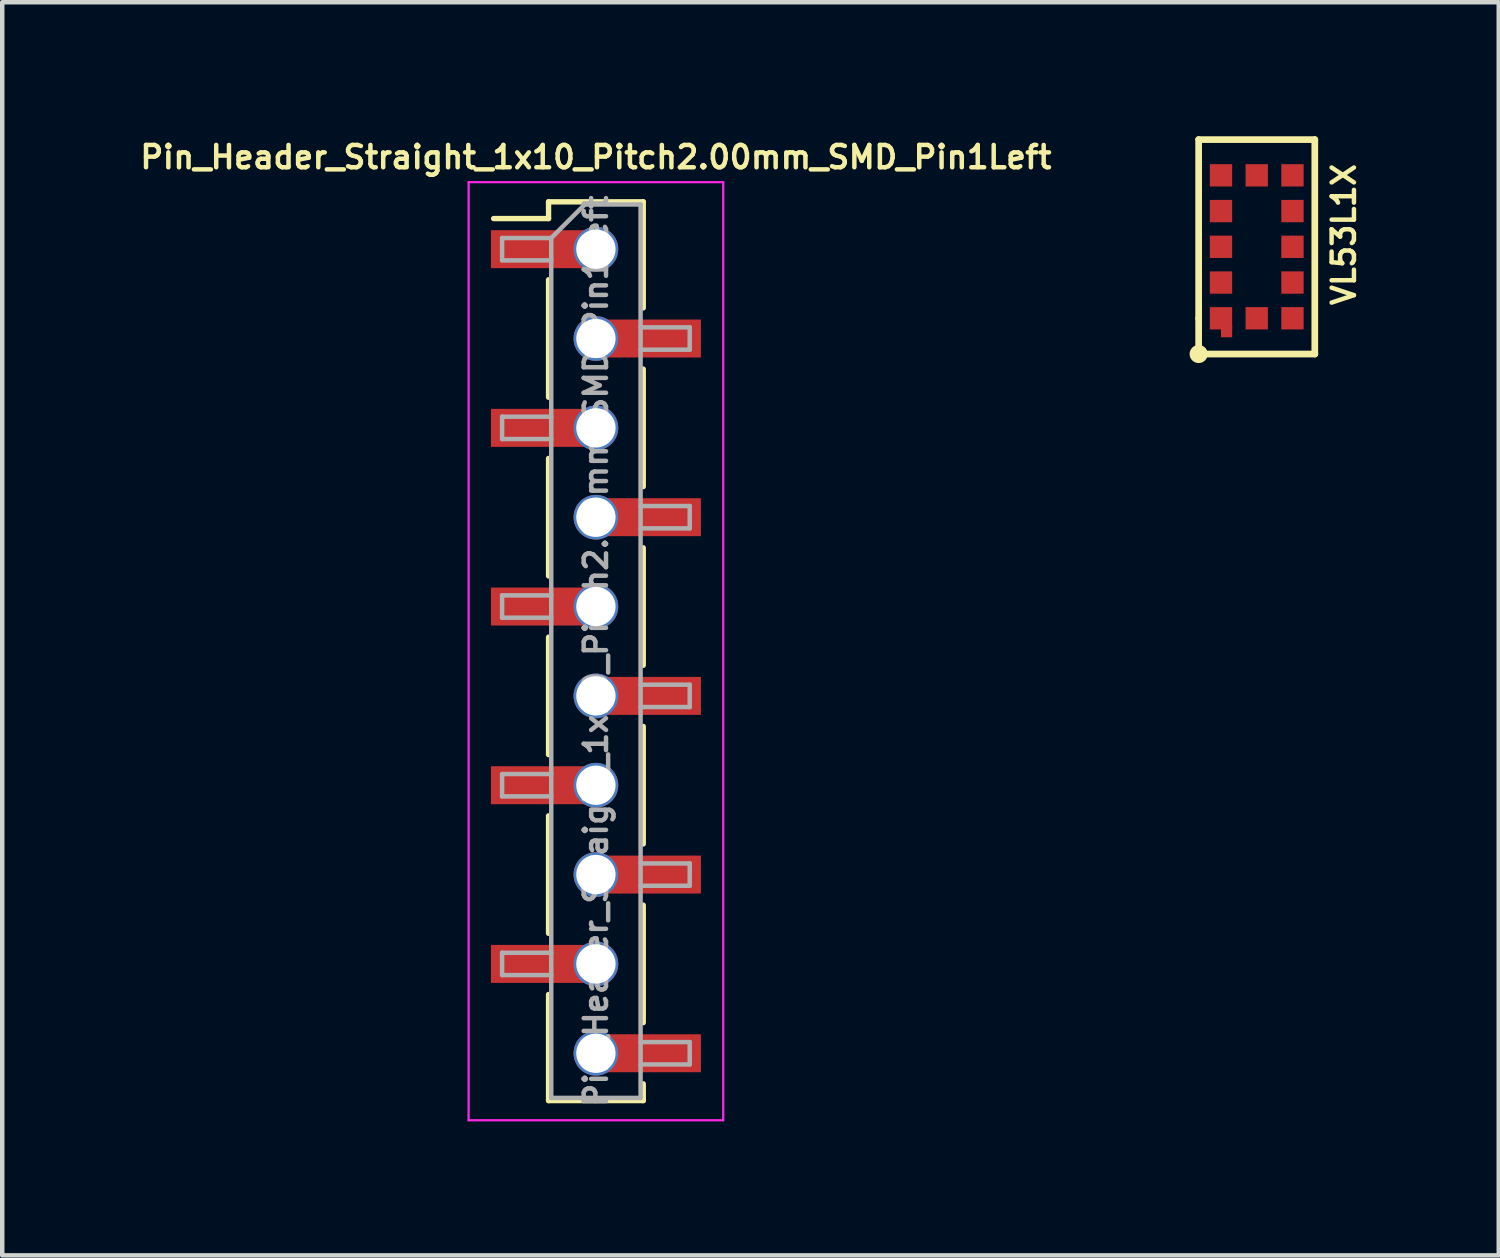
<source format=kicad_pcb>
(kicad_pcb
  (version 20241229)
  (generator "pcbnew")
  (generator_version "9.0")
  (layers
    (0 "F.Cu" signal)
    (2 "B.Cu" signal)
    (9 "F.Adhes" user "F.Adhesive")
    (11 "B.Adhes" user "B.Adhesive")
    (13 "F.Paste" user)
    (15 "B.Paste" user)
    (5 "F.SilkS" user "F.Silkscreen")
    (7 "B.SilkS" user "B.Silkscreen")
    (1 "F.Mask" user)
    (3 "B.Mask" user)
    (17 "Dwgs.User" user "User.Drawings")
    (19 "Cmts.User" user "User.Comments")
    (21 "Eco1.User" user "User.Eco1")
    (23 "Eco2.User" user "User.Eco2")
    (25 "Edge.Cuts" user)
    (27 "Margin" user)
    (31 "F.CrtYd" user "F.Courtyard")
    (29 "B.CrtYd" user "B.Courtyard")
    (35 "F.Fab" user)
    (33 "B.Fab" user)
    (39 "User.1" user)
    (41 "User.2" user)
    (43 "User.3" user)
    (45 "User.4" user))
  (footprint "VL53L1X"
    (layer "F.Cu")
    (at 24.283 4.075)
    (property "Reference" "VL53L1X" (at 2.75 -1.875 90) (layer "F.SilkS") (effects (font (size 0.5 0.5) (thickness 0.1))))
    (attr through_hole)
    (fp_line (start -0.5 -4) (end 2.1 -4) (stroke (width 0.15) (type solid)) (layer "F.SilkS"))
    (fp_line (start -0.5 0) (end -0.5 -4) (stroke (width 0.15) (type solid)) (layer "F.SilkS"))
    (fp_line (start -0.5 0.8) (end -0.5 0) (stroke (width 0.15) (type solid)) (layer "F.SilkS"))
    (fp_line (start 2.1 -4) (end 2.1 0.8) (stroke (width 0.15) (type solid)) (layer "F.SilkS"))
    (fp_line (start 2.1 0.8) (end -0.5 0.8) (stroke (width 0.15) (type solid)) (layer "F.SilkS"))
    (fp_circle (center -0.5 0.8) (end -0.375 0.825) (stroke (width 0.15) (type solid)) (fill no) (layer "F.SilkS"))
    (pad "1" smd rect (at 0 0) (size 0.5 0.5) (layers "F.Cu" "F.Mask" "F.Paste"))
    (pad "1" smd rect (at 0.125 0.3) (size 0.25 0.25) (layers "F.Cu" "F.Mask" "F.Paste"))
    (pad "2" smd rect (at 0 -0.8) (size 0.5 0.5) (layers "F.Cu" "F.Mask" "F.Paste"))
    (pad "3" smd rect (at 0 -1.6) (size 0.5 0.5) (layers "F.Cu" "F.Mask" "F.Paste"))
    (pad "4" smd rect (at 0 -2.4) (size 0.5 0.5) (layers "F.Cu" "F.Mask" "F.Paste"))
    (pad "5" smd rect (at 0 -3.2) (size 0.5 0.5) (layers "F.Cu" "F.Mask" "F.Paste"))
    (pad "6" smd rect (at 0.8 -3.2) (size 0.5 0.5) (layers "F.Cu" "F.Mask" "F.Paste"))
    (pad "7" smd rect (at 1.6 -3.2) (size 0.5 0.5) (layers "F.Cu" "F.Mask" "F.Paste"))
    (pad "8" smd rect (at 1.6 -2.4) (size 0.5 0.5) (layers "F.Cu" "F.Mask" "F.Paste"))
    (pad "9" smd rect (at 1.6 -1.6) (size 0.5 0.5) (layers "F.Cu" "F.Mask" "F.Paste"))
    (pad "10" smd rect (at 1.6 -0.8) (size 0.5 0.5) (layers "F.Cu" "F.Mask" "F.Paste"))
    (pad "11" smd rect (at 1.6 0) (size 0.5 0.5) (layers "F.Cu" "F.Mask" "F.Paste"))
    (pad "12" smd rect (at 0.8 0) (size 0.5 0.5) (layers "F.Cu" "F.Mask" "F.Paste")))
  (footprint "Pin_Header_Straight_1x10_Pitch2.00mm_SMD_Pin1Left"
    (layer "F.Cu")
    (at 10.29 11.528)
    (property "Reference" "Pin_Header_Straight_1x10_Pitch2.00mm_SMD_Pin1Left" (at 0 -11.06 0) (layer "F.SilkS") (effects (font (size 0.5 0.5) (thickness 0.1))))
    (attr smd)
    (fp_line (start -1.06 -10.06) (end -1.06 -9.685) (stroke (width 0.12) (type solid)) (layer "F.SilkS"))
    (fp_line (start -1.06 -10.06) (end 1.06 -10.06) (stroke (width 0.12) (type solid)) (layer "F.SilkS"))
    (fp_line (start -1.06 -9.685) (end -2.29 -9.685) (stroke (width 0.12) (type solid)) (layer "F.SilkS"))
    (fp_line (start -1.06 -8.315) (end -1.06 -5.685) (stroke (width 0.12) (type solid)) (layer "F.SilkS"))
    (fp_line (start -1.06 -4.315) (end -1.06 -1.685) (stroke (width 0.12) (type solid)) (layer "F.SilkS"))
    (fp_line (start -1.06 -0.315) (end -1.06 2.315) (stroke (width 0.12) (type solid)) (layer "F.SilkS"))
    (fp_line (start -1.06 3.685) (end -1.06 6.315) (stroke (width 0.12) (type solid)) (layer "F.SilkS"))
    (fp_line (start -1.06 7.685) (end -1.06 10.06) (stroke (width 0.12) (type solid)) (layer "F.SilkS"))
    (fp_line (start -1.06 10.06) (end 1.06 10.06) (stroke (width 0.12) (type solid)) (layer "F.SilkS"))
    (fp_line (start 1.06 -10.06) (end 1.06 -7.685) (stroke (width 0.12) (type solid)) (layer "F.SilkS"))
    (fp_line (start 1.06 -6.315) (end 1.06 -3.685) (stroke (width 0.12) (type solid)) (layer "F.SilkS"))
    (fp_line (start 1.06 -2.315) (end 1.06 0.315) (stroke (width 0.12) (type solid)) (layer "F.SilkS"))
    (fp_line (start 1.06 1.685) (end 1.06 4.315) (stroke (width 0.12) (type solid)) (layer "F.SilkS"))
    (fp_line (start 1.06 5.685) (end 1.06 8.315) (stroke (width 0.12) (type solid)) (layer "F.SilkS"))
    (fp_line (start 1.06 9.685) (end 1.06 10.06) (stroke (width 0.12) (type solid)) (layer "F.SilkS"))
    (fp_line (start -2.85 -10.5) (end -2.85 10.5) (stroke (width 0.05) (type solid)) (layer "F.CrtYd"))
    (fp_line (start -2.85 10.5) (end 2.85 10.5) (stroke (width 0.05) (type solid)) (layer "F.CrtYd"))
    (fp_line (start 2.85 -10.5) (end -2.85 -10.5) (stroke (width 0.05) (type solid)) (layer "F.CrtYd"))
    (fp_line (start 2.85 10.5) (end 2.85 -10.5) (stroke (width 0.05) (type solid)) (layer "F.CrtYd"))
    (fp_line (start -2.1 -9.25) (end -2.1 -8.75) (stroke (width 0.1) (type solid)) (layer "F.Fab"))
    (fp_line (start -2.1 -8.75) (end -1 -8.75) (stroke (width 0.1) (type solid)) (layer "F.Fab"))
    (fp_line (start -2.1 -5.25) (end -2.1 -4.75) (stroke (width 0.1) (type solid)) (layer "F.Fab"))
    (fp_line (start -2.1 -4.75) (end -1 -4.75) (stroke (width 0.1) (type solid)) (layer "F.Fab"))
    (fp_line (start -2.1 -1.25) (end -2.1 -0.75) (stroke (width 0.1) (type solid)) (layer "F.Fab"))
    (fp_line (start -2.1 -0.75) (end -1 -0.75) (stroke (width 0.1) (type solid)) (layer "F.Fab"))
    (fp_line (start -2.1 2.75) (end -2.1 3.25) (stroke (width 0.1) (type solid)) (layer "F.Fab"))
    (fp_line (start -2.1 3.25) (end -1 3.25) (stroke (width 0.1) (type solid)) (layer "F.Fab"))
    (fp_line (start -2.1 6.75) (end -2.1 7.25) (stroke (width 0.1) (type solid)) (layer "F.Fab"))
    (fp_line (start -2.1 7.25) (end -1 7.25) (stroke (width 0.1) (type solid)) (layer "F.Fab"))
    (fp_line (start -1 -9.25) (end -2.1 -9.25) (stroke (width 0.1) (type solid)) (layer "F.Fab"))
    (fp_line (start -1 -9.25) (end -0.25 -10) (stroke (width 0.1) (type solid)) (layer "F.Fab"))
    (fp_line (start -1 -5.25) (end -2.1 -5.25) (stroke (width 0.1) (type solid)) (layer "F.Fab"))
    (fp_line (start -1 -1.25) (end -2.1 -1.25) (stroke (width 0.1) (type solid)) (layer "F.Fab"))
    (fp_line (start -1 2.75) (end -2.1 2.75) (stroke (width 0.1) (type solid)) (layer "F.Fab"))
    (fp_line (start -1 6.75) (end -2.1 6.75) (stroke (width 0.1) (type solid)) (layer "F.Fab"))
    (fp_line (start -1 10) (end -1 -9.25) (stroke (width 0.1) (type solid)) (layer "F.Fab"))
    (fp_line (start -0.25 -10) (end 1 -10) (stroke (width 0.1) (type solid)) (layer "F.Fab"))
    (fp_line (start 1 -10) (end 1 10) (stroke (width 0.1) (type solid)) (layer "F.Fab"))
    (fp_line (start 1 -7.25) (end 2.1 -7.25) (stroke (width 0.1) (type solid)) (layer "F.Fab"))
    (fp_line (start 1 -3.25) (end 2.1 -3.25) (stroke (width 0.1) (type solid)) (layer "F.Fab"))
    (fp_line (start 1 0.75) (end 2.1 0.75) (stroke (width 0.1) (type solid)) (layer "F.Fab"))
    (fp_line (start 1 4.75) (end 2.1 4.75) (stroke (width 0.1) (type solid)) (layer "F.Fab"))
    (fp_line (start 1 8.75) (end 2.1 8.75) (stroke (width 0.1) (type solid)) (layer "F.Fab"))
    (fp_line (start 1 10) (end -1 10) (stroke (width 0.1) (type solid)) (layer "F.Fab"))
    (fp_line (start 2.1 -7.25) (end 2.1 -6.75) (stroke (width 0.1) (type solid)) (layer "F.Fab"))
    (fp_line (start 2.1 -6.75) (end 1 -6.75) (stroke (width 0.1) (type solid)) (layer "F.Fab"))
    (fp_line (start 2.1 -3.25) (end 2.1 -2.75) (stroke (width 0.1) (type solid)) (layer "F.Fab"))
    (fp_line (start 2.1 -2.75) (end 1 -2.75) (stroke (width 0.1) (type solid)) (layer "F.Fab"))
    (fp_line (start 2.1 0.75) (end 2.1 1.25) (stroke (width 0.1) (type solid)) (layer "F.Fab"))
    (fp_line (start 2.1 1.25) (end 1 1.25) (stroke (width 0.1) (type solid)) (layer "F.Fab"))
    (fp_line (start 2.1 4.75) (end 2.1 5.25) (stroke (width 0.1) (type solid)) (layer "F.Fab"))
    (fp_line (start 2.1 5.25) (end 1 5.25) (stroke (width 0.1) (type solid)) (layer "F.Fab"))
    (fp_line (start 2.1 8.75) (end 2.1 9.25) (stroke (width 0.1) (type solid)) (layer "F.Fab"))
    (fp_line (start 2.1 9.25) (end 1 9.25) (stroke (width 0.1) (type solid)) (layer "F.Fab"))
    (fp_text user "${REFERENCE}" (at 0 0 90) (layer "F.Fab") (effects (font (size 0.5 0.5) (thickness 0.1))))
    (pad "1" smd rect (at -1.175 -9) (size 2.35 0.85) (layers "F.Cu" "F.Mask" "F.Paste"))
    (pad "1" thru_hole circle (at 0 -9) (size 1 1) (drill 0.88) (layers "*.Cu" "*.Mask"))
    (pad "2" thru_hole circle (at 0 -7) (size 1 1) (drill 0.88) (layers "*.Cu" "*.Mask"))
    (pad "2" smd rect (at 1.175 -7) (size 2.35 0.85) (layers "F.Cu" "F.Mask" "F.Paste"))
    (pad "3" smd rect (at -1.175 -5) (size 2.35 0.85) (layers "F.Cu" "F.Mask" "F.Paste"))
    (pad "3" thru_hole circle (at 0 -5) (size 1 1) (drill 0.88) (layers "*.Cu" "*.Mask"))
    (pad "4" thru_hole circle (at 0 -3) (size 1 1) (drill 0.88) (layers "*.Cu" "*.Mask"))
    (pad "4" smd rect (at 1.175 -3) (size 2.35 0.85) (layers "F.Cu" "F.Mask" "F.Paste"))
    (pad "5" smd rect (at -1.175 -1) (size 2.35 0.85) (layers "F.Cu" "F.Mask" "F.Paste"))
    (pad "5" thru_hole circle (at 0 -1) (size 1 1) (drill 0.88) (layers "*.Cu" "*.Mask"))
    (pad "6" thru_hole circle (at 0 1) (size 1 1) (drill 0.88) (layers "*.Cu" "*.Mask"))
    (pad "6" smd rect (at 1.175 1) (size 2.35 0.85) (layers "F.Cu" "F.Mask" "F.Paste"))
    (pad "7" smd rect (at -1.175 3) (size 2.35 0.85) (layers "F.Cu" "F.Mask" "F.Paste"))
    (pad "7" thru_hole circle (at 0 3) (size 1 1) (drill 0.88) (layers "*.Cu" "*.Mask"))
    (pad "8" thru_hole circle (at 0 5) (size 1 1) (drill 0.88) (layers "*.Cu" "*.Mask"))
    (pad "8" smd rect (at 1.175 5) (size 2.35 0.85) (layers "F.Cu" "F.Mask" "F.Paste"))
    (pad "9" smd rect (at -1.175 7) (size 2.35 0.85) (layers "F.Cu" "F.Mask" "F.Paste"))
    (pad "9" thru_hole circle (at 0 7) (size 1 1) (drill 0.88) (layers "*.Cu" "*.Mask"))
    (pad "10" thru_hole circle (at 0 9) (size 1 1) (drill 0.88) (layers "*.Cu" "*.Mask"))
    (pad "10" smd rect (at 1.175 9) (size 2.35 0.85) (layers "F.Cu" "F.Mask" "F.Paste")))
  (gr_rect
    (start -3 -3)
    (end 30.501 25.053)
    (stroke (width 0.1) (type default))
    (fill no)
    (layer "Edge.Cuts")))
</source>
